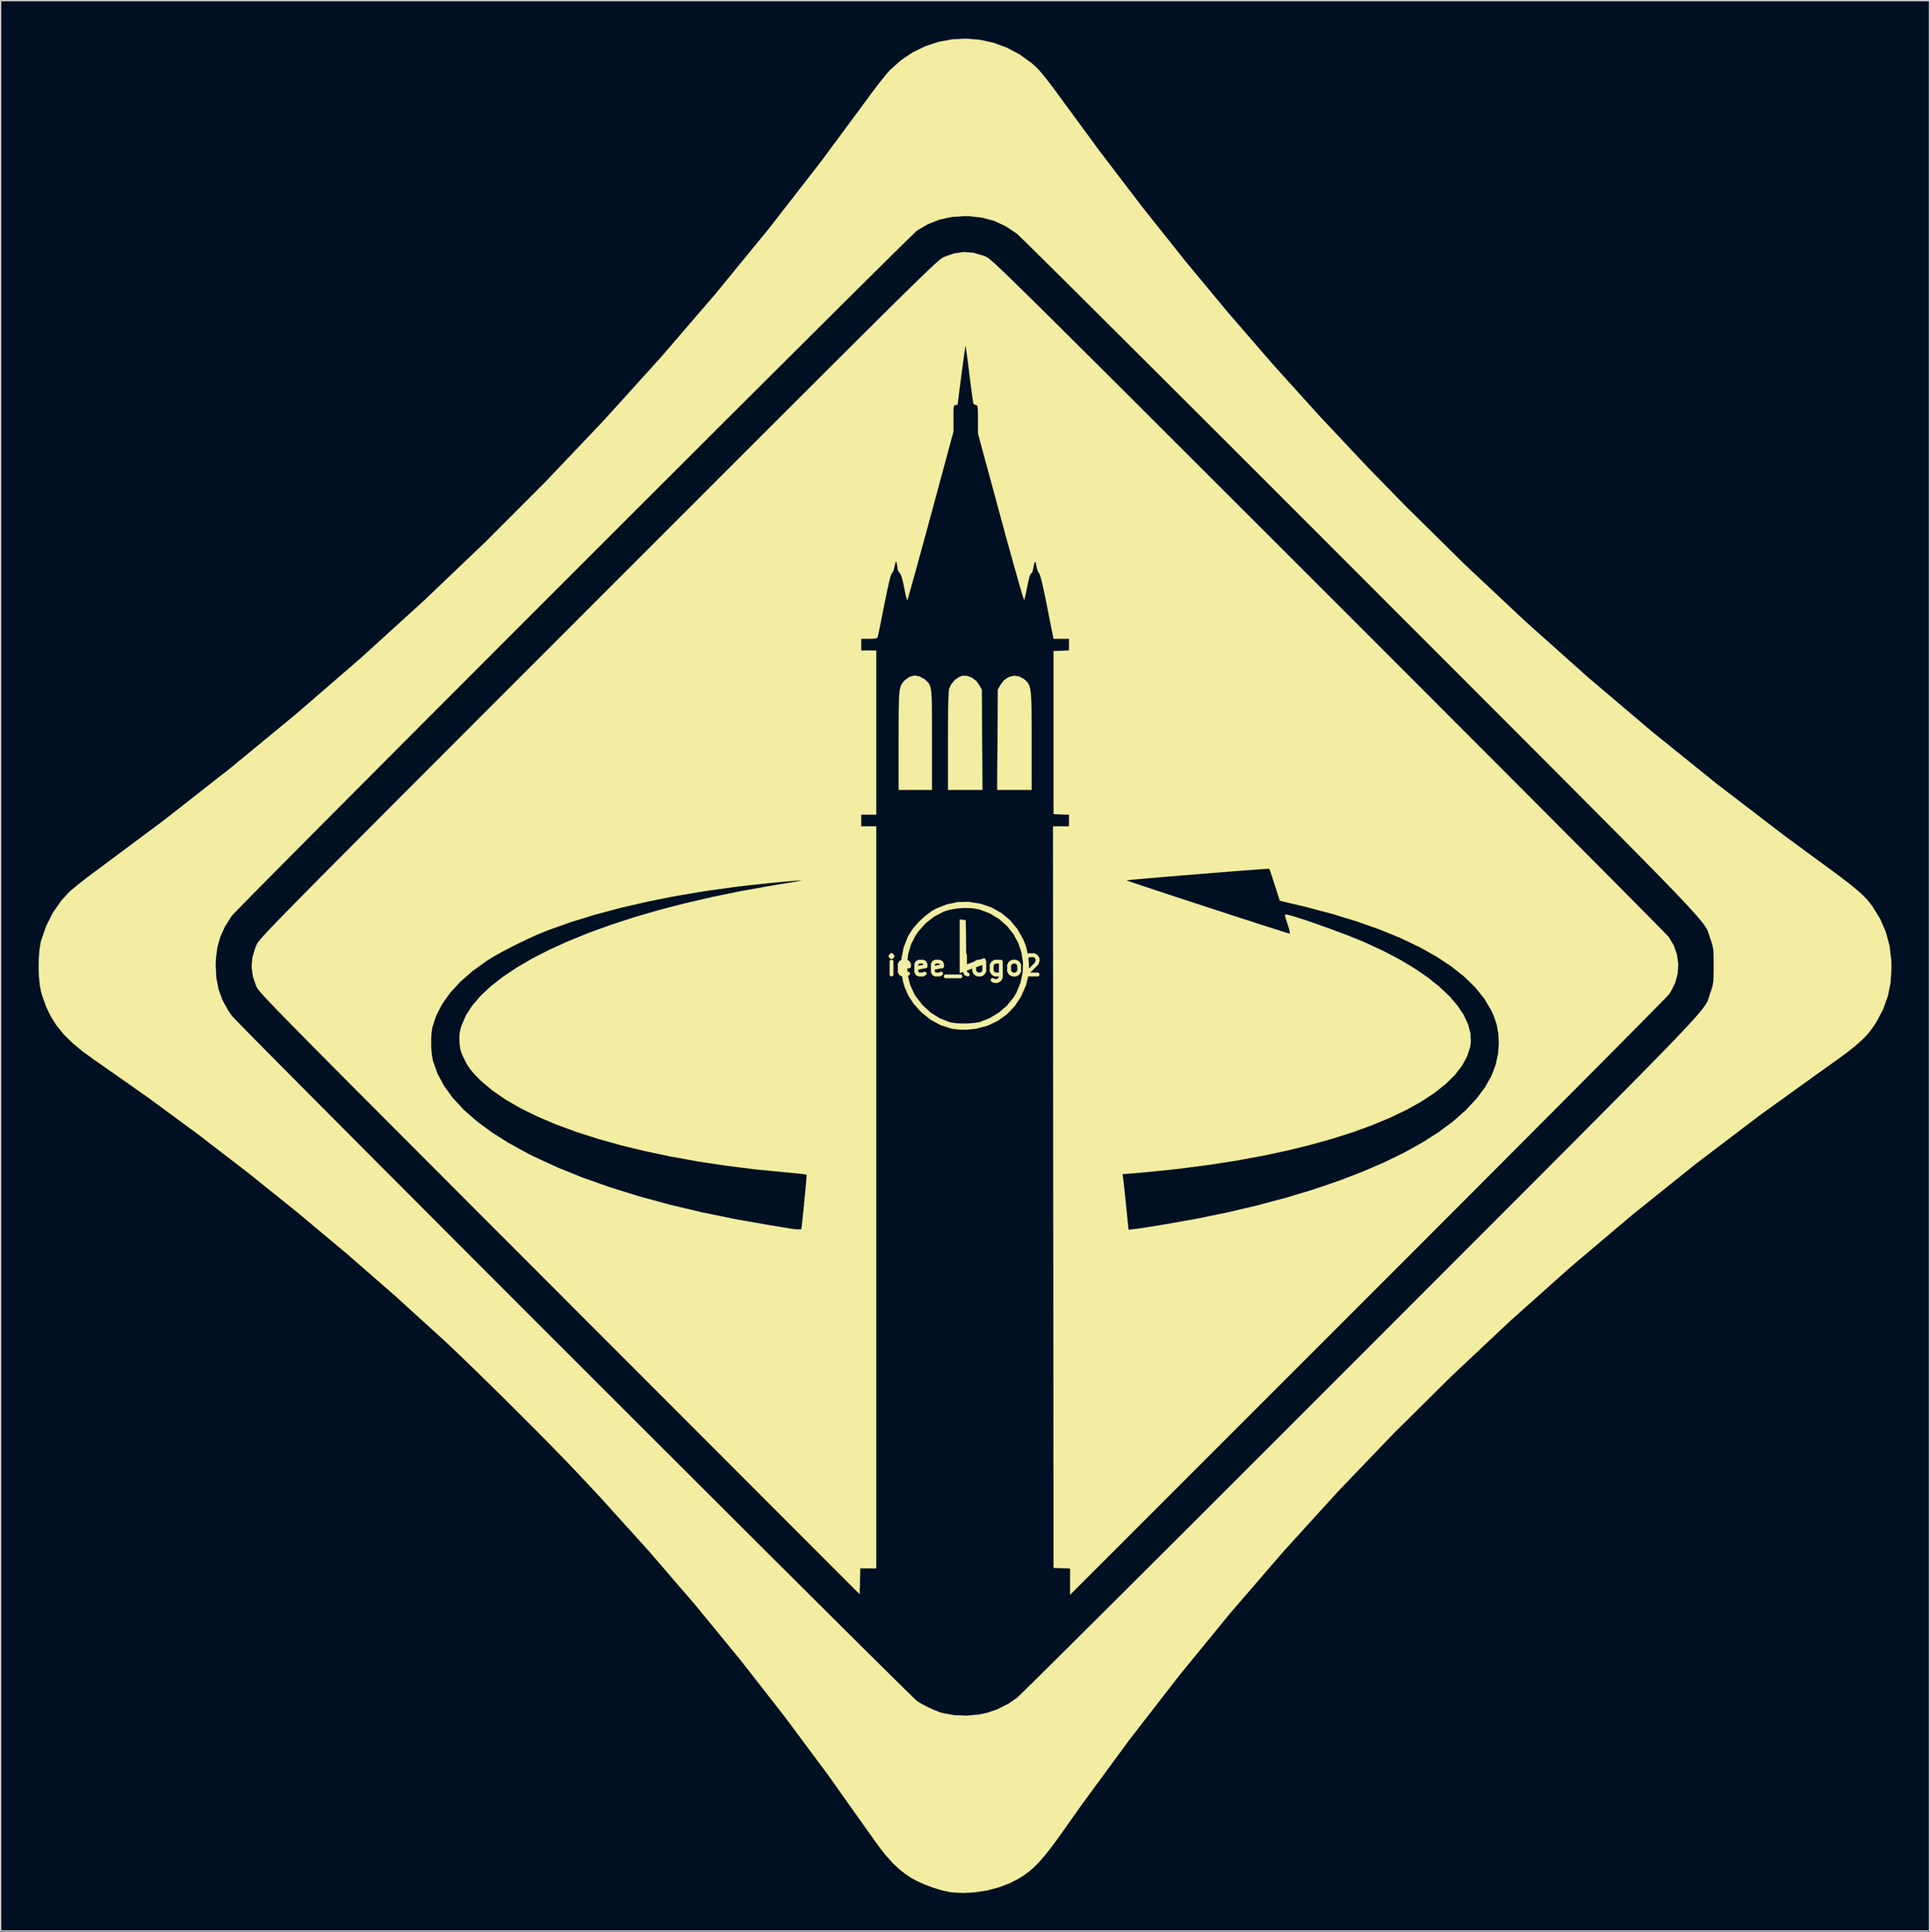
<source format=kicad_pcb>
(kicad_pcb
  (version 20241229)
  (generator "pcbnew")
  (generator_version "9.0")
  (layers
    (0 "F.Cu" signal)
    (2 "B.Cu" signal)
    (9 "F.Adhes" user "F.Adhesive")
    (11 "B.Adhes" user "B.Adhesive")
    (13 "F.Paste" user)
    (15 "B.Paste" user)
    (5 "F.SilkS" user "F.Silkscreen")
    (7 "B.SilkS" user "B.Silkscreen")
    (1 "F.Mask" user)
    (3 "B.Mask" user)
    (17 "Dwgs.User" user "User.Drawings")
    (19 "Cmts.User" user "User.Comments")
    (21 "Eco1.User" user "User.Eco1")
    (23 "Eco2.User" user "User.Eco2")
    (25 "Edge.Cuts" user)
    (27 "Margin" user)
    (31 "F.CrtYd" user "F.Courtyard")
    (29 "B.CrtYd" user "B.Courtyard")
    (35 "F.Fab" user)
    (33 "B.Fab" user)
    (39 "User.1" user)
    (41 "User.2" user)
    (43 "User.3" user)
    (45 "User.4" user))
  (footprint "ieee_logo2"
    (layer "F.Cu")
    (at 73.116 73.213)
    (property "Reference" "ieee_logo2" (at 0 0 0) (layer "F.SilkS") (effects (font (size 1.524 1.524) (thickness 0.3))))
    (attr through_hole)
    (fp_poly (pts (xy -0.106 -3.625) (xy 0.127 -3.598) (xy 0.15 -1.844) (xy 0.173 -0.09) (xy 0.854 -0.341) (xy 1.171 -0.456) (xy 1.427 -0.543) (xy 1.582 -0.589) (xy 1.605 -0.593) (xy 1.669 -0.524) (xy 1.732 -0.376) (xy 1.759 -0.237) (xy 1.749 -0.196) (xy 1.665 -0.161) (xy 1.453 -0.08) (xy 1.142 0.036) (xy 0.763 0.174) (xy 0.694 0.199) (xy -0.339 0.572) (xy -0.339 -3.652) (xy -0.106 -3.625)) (stroke (width 0.01) (type solid)) (fill yes) (layer "F.SilkS"))
    (fp_poly (pts (xy 0.254 -22.887) (xy 0.642 -22.736) (xy 0.982 -22.463) (xy 1.185 -22.183) (xy 1.397 -21.802) (xy 1.422 -17.843) (xy 1.447 -13.885) (xy -1.27 -13.885) (xy -1.27 -17.716) (xy -1.267 -18.808) (xy -1.26 -19.737) (xy -1.249 -20.504) (xy -1.233 -21.107) (xy -1.213 -21.544) (xy -1.189 -21.814) (xy -1.176 -21.884) (xy -1.01 -22.237) (xy -0.74 -22.555) (xy -0.416 -22.793) (xy -0.14 -22.895) (xy 0.254 -22.887)) (stroke (width 0.01) (type solid)) (fill yes) (layer "F.SilkS"))
    (fp_poly (pts (xy 4.322 -22.853) (xy 4.706 -22.658) (xy 4.786 -22.592) (xy 4.908 -22.481) (xy 5.01 -22.368) (xy 5.095 -22.238) (xy 5.163 -22.077) (xy 5.217 -21.87) (xy 5.258 -21.6) (xy 5.288 -21.253) (xy 5.309 -20.815) (xy 5.323 -20.269) (xy 5.33 -19.6) (xy 5.333 -18.795) (xy 5.334 -17.836) (xy 5.334 -17.723) (xy 5.334 -13.885) (xy 2.617 -13.885) (xy 2.642 -17.843) (xy 2.667 -21.802) (xy 2.879 -22.183) (xy 3.165 -22.555) (xy 3.522 -22.795) (xy 3.917 -22.896) (xy 4.322 -22.853)) (stroke (width 0.01) (type solid)) (fill yes) (layer "F.SilkS"))
    (fp_poly (pts (xy -3.536 -22.857) (xy -3.143 -22.638) (xy -3.071 -22.578) (xy -2.952 -22.472) (xy -2.853 -22.372) (xy -2.77 -22.262) (xy -2.704 -22.127) (xy -2.652 -21.952) (xy -2.612 -21.721) (xy -2.583 -21.42) (xy -2.563 -21.034) (xy -2.55 -20.546) (xy -2.544 -19.942) (xy -2.541 -19.207) (xy -2.54 -18.325) (xy -2.54 -13.885) (xy -5.165 -13.885) (xy -5.165 -17.783) (xy -5.164 -18.74) (xy -5.162 -19.544) (xy -5.157 -20.209) (xy -5.147 -20.751) (xy -5.131 -21.185) (xy -5.107 -21.527) (xy -5.073 -21.793) (xy -5.029 -21.997) (xy -4.972 -22.156) (xy -4.9 -22.284) (xy -4.813 -22.398) (xy -4.708 -22.512) (xy -4.681 -22.541) (xy -4.325 -22.808) (xy -3.937 -22.914) (xy -3.536 -22.857)) (stroke (width 0.01) (type solid)) (fill yes) (layer "F.SilkS"))
    (fp_poly (pts (xy 1.285 -4.901) (xy 2.154 -4.605) (xy 2.937 -4.169) (xy 3.622 -3.6) (xy 4.201 -2.907) (xy 4.662 -2.097) (xy 4.882 -1.548) (xy 5.069 -0.77) (xy 5.125 0.059) (xy 5.05 0.884) (xy 4.882 1.548) (xy 4.498 2.425) (xy 3.992 3.189) (xy 3.375 3.833) (xy 2.655 4.349) (xy 1.845 4.728) (xy 0.953 4.965) (xy 0.254 5.042) (xy -0.378 5.039) (xy -0.945 4.969) (xy -1.016 4.954) (xy -1.865 4.679) (xy -2.644 4.255) (xy -3.362 3.674) (xy -3.474 3.564) (xy -4.007 2.96) (xy -4.404 2.346) (xy -4.694 1.673) (xy -4.828 1.22) (xy -4.969 0.332) (xy -4.959 -0.099) (xy -4.515 -0.099) (xy -4.461 0.721) (xy -4.265 1.515) (xy -3.926 2.253) (xy -3.823 2.419) (xy -3.279 3.117) (xy -2.642 3.698) (xy -1.933 4.145) (xy -1.174 4.444) (xy -1.018 4.484) (xy -0.65 4.539) (xy -0.184 4.562) (xy 0.319 4.556) (xy 0.796 4.521) (xy 1.186 4.459) (xy 1.276 4.435) (xy 2.046 4.128) (xy 2.761 3.691) (xy 3.391 3.148) (xy 3.904 2.523) (xy 4.127 2.152) (xy 4.459 1.35) (xy 4.633 0.534) (xy 4.655 -0.279) (xy 4.533 -1.073) (xy 4.274 -1.829) (xy 3.887 -2.531) (xy 3.378 -3.162) (xy 2.755 -3.705) (xy 2.025 -4.142) (xy 1.23 -4.448) (xy 0.719 -4.543) (xy 0.117 -4.571) (xy -0.511 -4.537) (xy -1.103 -4.442) (xy -1.581 -4.297) (xy -2.369 -3.889) (xy -3.049 -3.357) (xy -3.637 -2.688) (xy -3.823 -2.419) (xy -4.196 -1.698) (xy -4.427 -0.915) (xy -4.515 -0.099) (xy -4.959 -0.099) (xy -4.948 -0.568) (xy -4.768 -1.457) (xy -4.431 -2.31) (xy -4.386 -2.397) (xy -4.052 -2.914) (xy -3.603 -3.437) (xy -3.086 -3.921) (xy -2.546 -4.322) (xy -2.201 -4.517) (xy -1.355 -4.85) (xy -0.5 -5.029) (xy 0.339 -5.05) (xy 1.285 -4.901)) (stroke (width 0.01) (type solid)) (fill yes) (layer "F.SilkS"))
    (fp_poly (pts (xy 1.253 -73.117) (xy 2.328 -72.881) (xy 3.371 -72.499) (xy 4.369 -71.972) (xy 5.306 -71.299) (xy 5.695 -70.957) (xy 5.908 -70.733) (xy 6.197 -70.396) (xy 6.538 -69.973) (xy 6.911 -69.489) (xy 7.295 -68.973) (xy 7.404 -68.823) (xy 10.732 -64.29) (xy 14.084 -59.904) (xy 17.476 -55.645) (xy 20.928 -51.489) (xy 24.459 -47.414) (xy 28.085 -43.401) (xy 31.827 -39.425) (xy 34.798 -36.376) (xy 39.525 -31.713) (xy 44.351 -27.184) (xy 49.282 -22.783) (xy 54.325 -18.506) (xy 59.485 -14.347) (xy 64.769 -10.301) (xy 67.776 -8.089) (xy 68.583 -7.5) (xy 69.264 -6.994) (xy 69.834 -6.557) (xy 70.308 -6.178) (xy 70.7 -5.844) (xy 71.025 -5.543) (xy 71.298 -5.262) (xy 71.533 -4.989) (xy 71.744 -4.71) (xy 71.752 -4.699) (xy 72.362 -3.713) (xy 72.813 -2.675) (xy 73.109 -1.577) (xy 73.251 -0.413) (xy 73.265 0.212) (xy 73.189 1.343) (xy 72.976 2.395) (xy 72.617 3.397) (xy 72.103 4.381) (xy 71.934 4.65) (xy 71.687 5.008) (xy 71.415 5.35) (xy 71.101 5.69) (xy 70.73 6.043) (xy 70.284 6.423) (xy 69.749 6.843) (xy 69.107 7.319) (xy 68.343 7.864) (xy 68.057 8.065) (xy 62.868 11.794) (xy 57.779 15.66) (xy 52.793 19.659) (xy 47.912 23.787) (xy 43.141 28.042) (xy 38.483 32.42) (xy 33.939 36.919) (xy 29.515 41.534) (xy 25.211 46.264) (xy 21.033 51.105) (xy 16.982 56.054) (xy 13.063 61.107) (xy 9.277 66.262) (xy 7.997 68.072) (xy 7.392 68.924) (xy 6.857 69.645) (xy 6.375 70.252) (xy 5.932 70.761) (xy 5.512 71.186) (xy 5.098 71.545) (xy 4.674 71.852) (xy 4.225 72.124) (xy 3.734 72.376) (xy 3.576 72.451) (xy 2.741 72.77) (xy 1.818 73.009) (xy 0.859 73.159) (xy -0.085 73.213) (xy -0.963 73.162) (xy -1.101 73.143) (xy -1.725 73.01) (xy -2.418 72.802) (xy -3.116 72.542) (xy -3.755 72.252) (xy -4.165 72.026) (xy -4.684 71.678) (xy -5.173 71.287) (xy -5.65 70.832) (xy -6.136 70.293) (xy -6.649 69.648) (xy -7.211 68.876) (xy -7.377 68.639) (xy -10.743 63.894) (xy -14.166 59.294) (xy -17.662 54.821) (xy -21.246 50.454) (xy -24.934 46.176) (xy -28.741 41.967) (xy -30.738 39.836) (xy -31.387 39.158) (xy -32.133 38.389) (xy -32.958 37.548) (xy -33.843 36.654) (xy -34.77 35.725) (xy -35.719 34.779) (xy -36.672 33.835) (xy -37.611 32.912) (xy -38.516 32.028) (xy -39.368 31.202) (xy -40.151 30.452) (xy -40.843 29.796) (xy -41.142 29.518) (xy -44.892 26.11) (xy -48.721 22.771) (xy -52.609 19.518) (xy -56.537 16.365) (xy -60.485 13.329) (xy -64.433 10.424) (xy -68.363 7.668) (xy -68.622 7.491) (xy -69.597 6.788) (xy -70.423 6.106) (xy -71.114 5.424) (xy -71.686 4.724) (xy -72.154 3.987) (xy -72.533 3.194) (xy -72.838 2.324) (xy -72.912 2.067) (xy -73.017 1.541) (xy -73.083 0.902) (xy -73.111 0.2) (xy -73.108 0) (xy -59.131 0) (xy -59.076 0.98) (xy -58.902 1.866) (xy -58.598 2.699) (xy -58.151 3.517) (xy -57.866 3.937) (xy -57.78 4.034) (xy -57.579 4.245) (xy -57.267 4.566) (xy -56.849 4.992) (xy -56.331 5.519) (xy -55.716 6.142) (xy -55.009 6.857) (xy -54.215 7.658) (xy -53.338 8.541) (xy -52.384 9.502) (xy -51.357 10.535) (xy -50.26 11.636) (xy -49.101 12.801) (xy -47.881 14.025) (xy -46.608 15.303) (xy -45.284 16.63) (xy -43.915 18.002) (xy -42.506 19.414) (xy -41.061 20.861) (xy -39.584 22.34) (xy -38.081 23.844) (xy -36.556 25.37) (xy -35.014 26.913) (xy -33.459 28.468) (xy -31.896 30.031) (xy -30.329 31.597) (xy -28.764 33.161) (xy -27.205 34.718) (xy -25.657 36.265) (xy -24.124 37.795) (xy -22.611 39.305) (xy -21.123 40.791) (xy -19.664 42.246) (xy -18.238 43.668) (xy -16.852 45.05) (xy -15.509 46.388) (xy -14.213 47.679) (xy -12.971 48.916) (xy -11.785 50.095) (xy -10.661 51.213) (xy -9.604 52.263) (xy -8.618 53.242) (xy -7.708 54.145) (xy -6.879 54.966) (xy -6.135 55.703) (xy -5.48 56.349) (xy -4.92 56.9) (xy -4.459 57.351) (xy -4.102 57.699) (xy -3.854 57.937) (xy -3.719 58.062) (xy -3.698 58.079) (xy -3.31 58.312) (xy -2.843 58.553) (xy -2.357 58.774) (xy -1.914 58.946) (xy -1.703 59.011) (xy -0.79 59.178) (xy 0.182 59.217) (xy 1.164 59.129) (xy 1.778 59.004) (xy 2.626 58.717) (xy 3.465 58.294) (xy 4.149 57.835) (xy 4.245 57.747) (xy 4.457 57.544) (xy 4.781 57.228) (xy 5.213 56.804) (xy 5.749 56.276) (xy 6.384 55.648) (xy 7.117 54.923) (xy 7.941 54.105) (xy 8.854 53.198) (xy 9.851 52.207) (xy 10.929 51.135) (xy 12.084 49.986) (xy 13.311 48.763) (xy 14.608 47.471) (xy 15.969 46.114) (xy 17.391 44.695) (xy 18.871 43.219) (xy 20.404 41.689) (xy 21.986 40.108) (xy 23.614 38.482) (xy 25.283 36.814) (xy 26.99 35.108) (xy 28.73 33.367) (xy 30.501 31.596) (xy 31.294 30.803) (xy 33.444 28.652) (xy 35.477 26.617) (xy 37.398 24.695) (xy 39.209 22.883) (xy 40.914 21.178) (xy 42.515 19.575) (xy 44.017 18.072) (xy 45.422 16.665) (xy 46.733 15.351) (xy 47.955 14.126) (xy 49.089 12.987) (xy 50.141 11.931) (xy 51.112 10.953) (xy 52.006 10.052) (xy 52.826 9.223) (xy 53.576 8.463) (xy 54.259 7.768) (xy 54.878 7.136) (xy 55.436 6.563) (xy 55.938 6.044) (xy 56.385 5.578) (xy 56.781 5.161) (xy 57.13 4.788) (xy 57.435 4.458) (xy 57.699 4.166) (xy 57.925 3.908) (xy 58.117 3.683) (xy 58.278 3.486) (xy 58.411 3.313) (xy 58.52 3.162) (xy 58.607 3.029) (xy 58.677 2.911) (xy 58.732 2.803) (xy 58.775 2.704) (xy 58.81 2.609) (xy 58.841 2.515) (xy 58.869 2.419) (xy 58.9 2.317) (xy 58.936 2.206) (xy 58.961 2.133) (xy 59.059 1.852) (xy 59.129 1.618) (xy 59.176 1.393) (xy 59.204 1.139) (xy 59.219 0.819) (xy 59.224 0.394) (xy 59.224 0) (xy 59.223 -0.524) (xy 59.216 -0.916) (xy 59.198 -1.214) (xy 59.165 -1.456) (xy 59.112 -1.68) (xy 59.035 -1.923) (xy 58.961 -2.133) (xy 58.921 -2.251) (xy 58.888 -2.358) (xy 58.858 -2.458) (xy 58.829 -2.552) (xy 58.797 -2.646) (xy 58.759 -2.743) (xy 58.712 -2.845) (xy 58.651 -2.956) (xy 58.575 -3.08) (xy 58.48 -3.219) (xy 58.362 -3.378) (xy 58.218 -3.56) (xy 58.046 -3.768) (xy 57.84 -4.006) (xy 57.6 -4.276) (xy 57.32 -4.583) (xy 56.998 -4.93) (xy 56.631 -5.32) (xy 56.215 -5.756) (xy 55.747 -6.242) (xy 55.223 -6.782) (xy 54.641 -7.378) (xy 53.998 -8.035) (xy 53.289 -8.754) (xy 52.511 -9.541) (xy 51.662 -10.399) (xy 50.738 -11.329) (xy 49.736 -12.337) (xy 48.652 -13.426) (xy 47.484 -14.598) (xy 46.227 -15.858) (xy 44.879 -17.208) (xy 43.437 -18.653) (xy 41.896 -20.195) (xy 40.254 -21.838) (xy 38.508 -23.585) (xy 36.654 -25.439) (xy 34.689 -27.405) (xy 32.61 -29.485) (xy 31.294 -30.803) (xy 29.511 -32.586) (xy 27.757 -34.341) (xy 26.035 -36.063) (xy 24.348 -37.748) (xy 22.702 -39.394) (xy 21.099 -40.995) (xy 19.544 -42.547) (xy 18.04 -44.048) (xy 16.592 -45.493) (xy 15.203 -46.878) (xy 13.877 -48.199) (xy 12.619 -49.453) (xy 11.431 -50.635) (xy 10.319 -51.742) (xy 9.285 -52.77) (xy 8.335 -53.714) (xy 7.471 -54.572) (xy 6.697 -55.338) (xy 6.018 -56.01) (xy 5.437 -56.583) (xy 4.959 -57.053) (xy 4.587 -57.418) (xy 4.325 -57.671) (xy 4.177 -57.811) (xy 4.149 -57.835) (xy 3.284 -58.406) (xy 2.386 -58.819) (xy 1.434 -59.079) (xy 0.408 -59.195) (xy 0.085 -59.202) (xy -0.962 -59.137) (xy -1.932 -58.928) (xy -2.85 -58.568) (xy -3.698 -58.079) (xy -3.789 -57.998) (xy -3.995 -57.802) (xy -4.311 -57.496) (xy -4.733 -57.083) (xy -5.256 -56.569) (xy -5.875 -55.959) (xy -6.586 -55.257) (xy -7.383 -54.467) (xy -8.263 -53.594) (xy -9.221 -52.644) (xy -10.251 -51.62) (xy -11.35 -50.528) (xy -12.513 -49.371) (xy -13.734 -48.155) (xy -15.01 -46.885) (xy -16.336 -45.564) (xy -17.707 -44.198) (xy -19.118 -42.791) (xy -20.564 -41.348) (xy -22.042 -39.873) (xy -23.546 -38.372) (xy -25.072 -36.848) (xy -26.615 -35.308) (xy -28.171 -33.754) (xy -29.734 -32.192) (xy -31.3 -30.626) (xy -32.865 -29.062) (xy -34.424 -27.503) (xy -35.971 -25.955) (xy -37.504 -24.422) (xy -39.016 -22.909) (xy -40.503 -21.42) (xy -41.961 -19.96) (xy -43.384 -18.534) (xy -44.769 -17.146) (xy -46.11 -15.801) (xy -47.403 -14.504) (xy -48.644 -13.26) (xy -49.827 -12.072) (xy -50.948 -10.946) (xy -52.002 -9.886) (xy -52.985 -8.897) (xy -53.891 -7.984) (xy -54.717 -7.151) (xy -55.458 -6.403) (xy -56.108 -5.745) (xy -56.664 -5.181) (xy -57.12 -4.716) (xy -57.473 -4.354) (xy -57.717 -4.101) (xy -57.847 -3.96) (xy -57.866 -3.937) (xy -58.391 -3.111) (xy -58.766 -2.291) (xy -59.004 -1.437) (xy -59.117 -0.509) (xy -59.131 0) (xy -73.108 0) (xy -73.1 -0.512) (xy -73.051 -1.185) (xy -72.963 -1.767) (xy -72.912 -1.982) (xy -72.515 -3.136) (xy -71.985 -4.189) (xy -71.324 -5.137) (xy -70.776 -5.744) (xy -70.533 -5.967) (xy -70.182 -6.263) (xy -69.754 -6.606) (xy -69.281 -6.972) (xy -68.794 -7.336) (xy -68.697 -7.407) (xy -63.279 -11.44) (xy -57.965 -15.602) (xy -52.759 -19.888) (xy -47.663 -24.295) (xy -42.682 -28.82) (xy -37.819 -33.458) (xy -33.077 -38.207) (xy -28.461 -43.062) (xy -23.973 -48.021) (xy -19.617 -53.08) (xy -15.397 -58.235) (xy -11.316 -63.483) (xy -7.794 -68.241) (xy -7.402 -68.777) (xy -7.009 -69.299) (xy -6.636 -69.783) (xy -6.304 -70.201) (xy -6.031 -70.53) (xy -5.855 -70.725) (xy -4.99 -71.498) (xy -4.05 -72.128) (xy -3.049 -72.614) (xy -2.004 -72.956) (xy -0.928 -73.155) (xy 0.163 -73.208) (xy 1.253 -73.117)) (stroke (width 0.01) (type solid)) (fill yes) (layer "F.SilkS"))
    (fp_poly (pts (xy 0.75 -56.298) (xy 1.522 -56.071) (xy 1.802 -55.946) (xy 1.852 -55.918) (xy 1.916 -55.874) (xy 1.998 -55.811) (xy 2.101 -55.727) (xy 2.228 -55.616) (xy 2.383 -55.478) (xy 2.57 -55.307) (xy 2.79 -55.101) (xy 3.048 -54.856) (xy 3.347 -54.57) (xy 3.69 -54.238) (xy 4.08 -53.859) (xy 4.521 -53.427) (xy 5.017 -52.941) (xy 5.569 -52.397) (xy 6.183 -51.791) (xy 6.86 -51.121) (xy 7.605 -50.383) (xy 8.42 -49.574) (xy 9.31 -48.69) (xy 10.276 -47.728) (xy 11.323 -46.686) (xy 12.454 -45.559) (xy 13.672 -44.345) (xy 14.98 -43.04) (xy 16.382 -41.641) (xy 17.881 -40.145) (xy 19.48 -38.548) (xy 21.183 -36.847) (xy 22.993 -35.039) (xy 24.913 -33.121) (xy 26.947 -31.089) (xy 28.817 -29.22) (xy 30.596 -27.443) (xy 32.345 -25.693) (xy 34.062 -23.976) (xy 35.742 -22.296) (xy 37.382 -20.655) (xy 38.977 -19.058) (xy 40.524 -17.51) (xy 42.018 -16.013) (xy 43.457 -14.571) (xy 44.835 -13.19) (xy 46.149 -11.871) (xy 47.396 -10.62) (xy 48.571 -9.441) (xy 49.67 -8.337) (xy 50.69 -7.311) (xy 51.627 -6.369) (xy 52.476 -5.514) (xy 53.234 -4.749) (xy 53.897 -4.079) (xy 54.461 -3.508) (xy 54.923 -3.039) (xy 55.278 -2.677) (xy 55.522 -2.425) (xy 55.652 -2.287) (xy 55.67 -2.265) (xy 56.07 -1.597) (xy 56.32 -0.875) (xy 56.42 -0.124) (xy 56.369 0.631) (xy 56.169 1.365) (xy 55.818 2.053) (xy 55.67 2.265) (xy 55.585 2.359) (xy 55.384 2.569) (xy 55.071 2.89) (xy 54.651 3.318) (xy 54.127 3.849) (xy 53.505 4.479) (xy 52.787 5.203) (xy 51.979 6.019) (xy 51.084 6.92) (xy 50.106 7.904) (xy 49.05 8.966) (xy 47.919 10.102) (xy 46.719 11.307) (xy 45.452 12.579) (xy 44.124 13.911) (xy 42.737 15.301) (xy 41.297 16.744) (xy 39.808 18.236) (xy 38.273 19.773) (xy 36.697 21.35) (xy 35.084 22.964) (xy 33.438 24.61) (xy 31.844 26.204) (xy 8.382 49.657) (xy 8.382 47.59) (xy 7.726 47.565) (xy 7.07 47.54) (xy 7.048 18.267) (xy 7.047 16.449) (xy 12.513 16.449) (xy 12.557 16.754) (xy 12.579 16.927) (xy 12.614 17.239) (xy 12.66 17.661) (xy 12.714 18.164) (xy 12.771 18.719) (xy 12.795 18.953) (xy 12.988 20.846) (xy 13.5 20.789) (xy 13.73 20.759) (xy 14.096 20.705) (xy 14.567 20.633) (xy 15.113 20.546) (xy 15.701 20.451) (xy 16.044 20.394) (xy 18.537 19.947) (xy 20.941 19.449) (xy 23.25 18.904) (xy 25.457 18.313) (xy 27.556 17.681) (xy 29.539 17.008) (xy 31.401 16.298) (xy 33.135 15.553) (xy 34.734 14.776) (xy 36.191 13.969) (xy 37.5 13.135) (xy 38.655 12.276) (xy 39.648 11.395) (xy 39.668 11.375) (xy 40.494 10.486) (xy 41.156 9.602) (xy 41.657 8.715) (xy 42.003 7.816) (xy 42.198 6.897) (xy 42.247 6.104) (xy 42.208 5.326) (xy 42.08 4.633) (xy 41.847 3.954) (xy 41.641 3.503) (xy 41.1 2.594) (xy 40.395 1.714) (xy 39.528 0.865) (xy 38.501 0.049) (xy 37.318 -0.733) (xy 35.98 -1.48) (xy 34.491 -2.19) (xy 32.852 -2.862) (xy 31.068 -3.495) (xy 29.138 -4.086) (xy 27.068 -4.635) (xy 26.501 -4.772) (xy 24.946 -5.141) (xy 24.547 -6.385) (xy 24.408 -6.816) (xy 24.285 -7.187) (xy 24.188 -7.47) (xy 24.127 -7.635) (xy 24.113 -7.665) (xy 24.025 -7.664) (xy 23.786 -7.651) (xy 23.412 -7.625) (xy 22.92 -7.589) (xy 22.326 -7.545) (xy 21.649 -7.493) (xy 20.905 -7.435) (xy 20.11 -7.372) (xy 19.282 -7.306) (xy 18.438 -7.237) (xy 17.594 -7.169) (xy 16.767 -7.101) (xy 15.975 -7.035) (xy 15.235 -6.972) (xy 14.562 -6.915) (xy 13.975 -6.863) (xy 13.49 -6.82) (xy 13.124 -6.785) (xy 12.894 -6.761) (xy 12.817 -6.749) (xy 12.89 -6.719) (xy 13.109 -6.641) (xy 13.461 -6.521) (xy 13.929 -6.364) (xy 14.501 -6.173) (xy 15.16 -5.954) (xy 15.892 -5.713) (xy 16.683 -5.452) (xy 17.518 -5.178) (xy 18.382 -4.895) (xy 19.262 -4.607) (xy 20.141 -4.321) (xy 21.005 -4.039) (xy 21.841 -3.768) (xy 22.632 -3.512) (xy 23.365 -3.275) (xy 24.025 -3.063) (xy 24.597 -2.881) (xy 25.066 -2.732) (xy 25.418 -2.622) (xy 25.639 -2.556) (xy 25.712 -2.538) (xy 25.74 -2.615) (xy 25.697 -2.844) (xy 25.582 -3.222) (xy 25.564 -3.274) (xy 25.459 -3.6) (xy 25.385 -3.86) (xy 25.352 -4.018) (xy 25.354 -4.046) (xy 25.46 -4.047) (xy 25.703 -3.992) (xy 26.066 -3.889) (xy 26.528 -3.745) (xy 27.07 -3.567) (xy 27.672 -3.361) (xy 28.315 -3.134) (xy 28.979 -2.894) (xy 29.646 -2.646) (xy 30.295 -2.398) (xy 30.907 -2.156) (xy 31.463 -1.928) (xy 31.734 -1.812) (xy 33.144 -1.159) (xy 34.437 -0.479) (xy 35.609 0.223) (xy 36.654 0.942) (xy 37.569 1.674) (xy 38.347 2.413) (xy 38.984 3.154) (xy 39.475 3.894) (xy 39.816 4.627) (xy 40.002 5.348) (xy 40.027 6.052) (xy 39.973 6.425) (xy 39.726 7.177) (xy 39.317 7.917) (xy 38.748 8.642) (xy 38.027 9.349) (xy 37.158 10.037) (xy 36.146 10.704) (xy 34.997 11.347) (xy 33.717 11.964) (xy 32.31 12.554) (xy 30.781 13.113) (xy 29.137 13.64) (xy 27.382 14.133) (xy 25.522 14.589) (xy 23.561 15.006) (xy 21.506 15.383) (xy 19.362 15.716) (xy 17.134 16.004) (xy 16.087 16.121) (xy 15.468 16.185) (xy 14.854 16.247) (xy 14.282 16.302) (xy 13.789 16.348) (xy 13.413 16.381) (xy 13.305 16.39) (xy 12.513 16.449) (xy 7.047 16.449) (xy 7.027 -11.007) (xy 7.662 -11.007) (xy 8.297 -11.007) (xy 8.297 -11.931) (xy 7.684 -11.955) (xy 7.07 -11.98) (xy 7.07 -24.85) (xy 7.684 -24.875) (xy 8.297 -24.899) (xy 8.297 -25.823) (xy 7.066 -25.823) (xy 6.568 -28.342) (xy 6.407 -29.145) (xy 6.27 -29.79) (xy 6.157 -30.289) (xy 6.063 -30.65) (xy 5.988 -30.883) (xy 5.928 -30.999) (xy 5.922 -31.004) (xy 5.826 -31.169) (xy 5.744 -31.43) (xy 5.714 -31.59) (xy 5.665 -31.839) (xy 5.612 -31.919) (xy 5.555 -31.831) (xy 5.496 -31.578) (xy 5.466 -31.39) (xy 5.407 -31.131) (xy 5.328 -30.999) (xy 5.297 -30.988) (xy 5.227 -30.905) (xy 5.142 -30.656) (xy 5.044 -30.239) (xy 4.994 -29.993) (xy 4.915 -29.596) (xy 4.842 -29.256) (xy 4.784 -29.009) (xy 4.749 -28.895) (xy 4.719 -28.958) (xy 4.648 -29.174) (xy 4.541 -29.528) (xy 4.399 -30.011) (xy 4.227 -30.61) (xy 4.028 -31.312) (xy 3.806 -32.106) (xy 3.563 -32.981) (xy 3.303 -33.924) (xy 3.03 -34.923) (xy 2.897 -35.414) (xy 1.098 -42.037) (xy 1.099 -43.159) (xy 1.098 -43.614) (xy 1.092 -43.926) (xy 1.075 -44.122) (xy 1.045 -44.228) (xy 0.998 -44.273) (xy 0.937 -44.281) (xy 0.782 -44.347) (xy 0.731 -44.429) (xy 0.71 -44.55) (xy 0.671 -44.816) (xy 0.619 -45.202) (xy 0.555 -45.684) (xy 0.484 -46.239) (xy 0.414 -46.798) (xy 0.339 -47.387) (xy 0.271 -47.916) (xy 0.21 -48.362) (xy 0.162 -48.705) (xy 0.127 -48.921) (xy 0.111 -48.992) (xy 0.095 -48.906) (xy 0.061 -48.679) (xy 0.012 -48.337) (xy -0.047 -47.905) (xy -0.115 -47.411) (xy -0.186 -46.88) (xy -0.258 -46.338) (xy -0.327 -45.812) (xy -0.389 -45.329) (xy -0.442 -44.914) (xy -0.481 -44.594) (xy -0.504 -44.395) (xy -0.508 -44.344) (xy -0.579 -44.293) (xy -0.677 -44.281) (xy -0.748 -44.271) (xy -0.796 -44.224) (xy -0.824 -44.111) (xy -0.839 -43.904) (xy -0.843 -43.576) (xy -0.842 -43.243) (xy -0.838 -42.206) (xy -2.641 -35.539) (xy -2.92 -34.511) (xy -3.187 -33.531) (xy -3.438 -32.612) (xy -3.671 -31.766) (xy -3.881 -31.004) (xy -4.066 -30.339) (xy -4.222 -29.783) (xy -4.346 -29.349) (xy -4.434 -29.047) (xy -4.483 -28.892) (xy -4.492 -28.872) (xy -4.525 -28.95) (xy -4.581 -29.162) (xy -4.651 -29.476) (xy -4.729 -29.861) (xy -4.732 -29.875) (xy -4.837 -30.373) (xy -4.932 -30.721) (xy -5.024 -30.936) (xy -5.087 -31.017) (xy -5.214 -31.205) (xy -5.258 -31.389) (xy -5.289 -31.655) (xy -5.33 -31.835) (xy -5.368 -31.926) (xy -5.406 -31.902) (xy -5.452 -31.744) (xy -5.501 -31.517) (xy -5.575 -31.234) (xy -5.654 -31.045) (xy -5.714 -30.988) (xy -5.764 -30.905) (xy -5.841 -30.657) (xy -5.943 -30.247) (xy -6.07 -29.678) (xy -6.22 -28.951) (xy -6.3 -28.554) (xy -6.425 -27.928) (xy -6.54 -27.352) (xy -6.642 -26.847) (xy -6.727 -26.437) (xy -6.788 -26.142) (xy -6.822 -25.986) (xy -6.826 -25.971) (xy -6.875 -25.894) (xy -6.991 -25.848) (xy -7.208 -25.828) (xy -7.499 -25.823) (xy -8.128 -25.823) (xy -8.128 -24.892) (xy -6.943 -24.892) (xy -6.943 -11.938) (xy -8.128 -11.938) (xy -8.128 -11.007) (xy -6.943 -11.007) (xy -6.943 47.583) (xy -8.207 47.583) (xy -8.231 48.599) (xy -8.255 49.616) (xy -31.969 25.888) (xy -33.976 23.879) (xy -35.867 21.987) (xy -37.645 20.208) (xy -39.314 18.537) (xy -40.877 16.972) (xy -42.338 15.509) (xy -43.7 14.145) (xy -44.967 12.876) (xy -46.143 11.697) (xy -47.229 10.607) (xy -48.232 9.601) (xy -49.153 8.676) (xy -49.996 7.828) (xy -50.765 7.053) (xy -51.463 6.349) (xy -51.982 5.825) (xy -42.109 5.825) (xy -42.103 6.414) (xy -42.059 6.98) (xy -41.978 7.46) (xy -41.96 7.53) (xy -41.604 8.525) (xy -41.081 9.496) (xy -40.391 10.445) (xy -39.534 11.37) (xy -38.509 12.273) (xy -37.317 13.153) (xy -35.958 14.011) (xy -34.43 14.846) (xy -33.994 15.066) (xy -32.137 15.922) (xy -30.125 16.732) (xy -27.969 17.495) (xy -25.678 18.207) (xy -23.261 18.865) (xy -20.728 19.466) (xy -18.088 20.008) (xy -15.409 20.479) (xy -14.9 20.561) (xy -14.437 20.637) (xy -14.05 20.7) (xy -13.77 20.746) (xy -13.631 20.769) (xy -13.419 20.796) (xy -13.181 20.814) (xy -12.976 20.82) (xy -12.867 20.811) (xy -12.862 20.807) (xy -12.842 20.691) (xy -12.81 20.439) (xy -12.768 20.078) (xy -12.721 19.637) (xy -12.67 19.142) (xy -12.618 18.621) (xy -12.568 18.102) (xy -12.523 17.613) (xy -12.484 17.18) (xy -12.456 16.832) (xy -12.44 16.596) (xy -12.439 16.499) (xy -12.439 16.498) (xy -12.535 16.474) (xy -12.773 16.44) (xy -13.127 16.399) (xy -13.569 16.354) (xy -14.075 16.307) (xy -14.139 16.302) (xy -16.511 16.068) (xy -18.811 15.782) (xy -21.032 15.445) (xy -23.167 15.061) (xy -25.208 14.631) (xy -27.149 14.158) (xy -28.981 13.643) (xy -30.699 13.09) (xy -32.293 12.5) (xy -33.758 11.875) (xy -35.086 11.217) (xy -36.269 10.53) (xy -37.3 9.815) (xy -38.172 9.074) (xy -38.322 8.928) (xy -38.693 8.544) (xy -38.97 8.221) (xy -39.189 7.911) (xy -39.384 7.567) (xy -39.457 7.423) (xy -39.639 7.038) (xy -39.754 6.734) (xy -39.819 6.446) (xy -39.854 6.111) (xy -39.861 6.012) (xy -39.871 5.585) (xy -39.837 5.234) (xy -39.748 4.868) (xy -39.705 4.731) (xy -39.368 3.945) (xy -38.867 3.164) (xy -38.208 2.39) (xy -37.395 1.627) (xy -36.435 0.875) (xy -35.333 0.139) (xy -34.094 -0.581) (xy -32.723 -1.281) (xy -31.227 -1.958) (xy -29.61 -2.612) (xy -27.878 -3.238) (xy -26.037 -3.835) (xy -24.091 -4.401) (xy -22.046 -4.932) (xy -19.908 -5.427) (xy -17.682 -5.883) (xy -15.374 -6.297) (xy -14.753 -6.399) (xy -14.201 -6.489) (xy -13.711 -6.572) (xy -13.306 -6.643) (xy -13.009 -6.698) (xy -12.841 -6.734) (xy -12.812 -6.745) (xy -12.906 -6.748) (xy -13.145 -6.735) (xy -13.507 -6.707) (xy -13.971 -6.667) (xy -14.513 -6.617) (xy -15.111 -6.559) (xy -15.743 -6.494) (xy -16.387 -6.426) (xy -17.019 -6.357) (xy -17.619 -6.288) (xy -18.162 -6.223) (xy -18.203 -6.218) (xy -20.557 -5.888) (xy -22.852 -5.499) (xy -25.07 -5.057) (xy -27.195 -4.564) (xy -29.208 -4.025) (xy -31.093 -3.443) (xy -32.833 -2.824) (xy -33.147 -2.702) (xy -33.759 -2.446) (xy -34.444 -2.136) (xy -35.165 -1.791) (xy -35.883 -1.43) (xy -36.56 -1.073) (xy -37.159 -0.737) (xy -37.641 -0.443) (xy -37.677 -0.42) (xy -38.813 0.396) (xy -39.785 1.241) (xy -40.593 2.114) (xy -41.235 3.015) (xy -41.711 3.943) (xy -42.004 4.826) (xy -42.076 5.274) (xy -42.109 5.825) (xy -51.982 5.825) (xy -52.094 5.711) (xy -52.661 5.137) (xy -53.168 4.621) (xy -53.618 4.162) (xy -54.015 3.755) (xy -54.362 3.397) (xy -54.663 3.084) (xy -54.921 2.813) (xy -55.14 2.58) (xy -55.323 2.381) (xy -55.473 2.214) (xy -55.595 2.075) (xy -55.692 1.959) (xy -55.767 1.864) (xy -55.824 1.786) (xy -55.866 1.721) (xy -55.897 1.666) (xy -55.918 1.62) (xy -56.183 0.84) (xy -56.284 0.086) (xy -56.221 -0.662) (xy -55.993 -1.421) (xy -55.884 -1.673) (xy -55.859 -1.722) (xy -55.827 -1.777) (xy -55.784 -1.842) (xy -55.727 -1.92) (xy -55.652 -2.014) (xy -55.557 -2.128) (xy -55.437 -2.264) (xy -55.29 -2.427) (xy -55.112 -2.62) (xy -54.9 -2.845) (xy -54.651 -3.107) (xy -54.362 -3.409) (xy -54.028 -3.753) (xy -53.647 -4.144) (xy -53.216 -4.584) (xy -52.731 -5.078) (xy -52.188 -5.628) (xy -51.586 -6.237) (xy -50.92 -6.909) (xy -50.186 -7.648) (xy -49.383 -8.457) (xy -48.506 -9.338) (xy -47.552 -10.296) (xy -46.518 -11.333) (xy -45.4 -12.453) (xy -44.196 -13.66) (xy -42.901 -14.956) (xy -41.513 -16.346) (xy -40.029 -17.831) (xy -38.444 -19.417) (xy -36.757 -21.105) (xy -34.963 -22.9) (xy -33.058 -24.804) (xy -31.041 -26.821) (xy -28.908 -28.955) (xy -28.889 -28.974) (xy -26.754 -31.109) (xy -24.735 -33.127) (xy -22.829 -35.033) (xy -21.033 -36.828) (xy -19.344 -38.517) (xy -17.757 -40.103) (xy -16.27 -41.589) (xy -14.88 -42.978) (xy -13.582 -44.273) (xy -12.374 -45.479) (xy -11.253 -46.597) (xy -10.215 -47.633) (xy -9.256 -48.587) (xy -8.374 -49.465) (xy -7.564 -50.27) (xy -6.825 -51.004) (xy -6.152 -51.671) (xy -5.542 -52.274) (xy -4.991 -52.817) (xy -4.497 -53.302) (xy -4.057 -53.734) (xy -3.665 -54.115) (xy -3.321 -54.449) (xy -3.019 -54.739) (xy -2.757 -54.988) (xy -2.531 -55.2) (xy -2.339 -55.378) (xy -2.176 -55.525) (xy -2.039 -55.645) (xy -1.926 -55.74) (xy -1.832 -55.814) (xy -1.755 -55.871) (xy -1.691 -55.914) (xy -1.636 -55.945) (xy -1.594 -55.966) (xy -0.81 -56.246) (xy -0.028 -56.357) (xy 0.75 -56.298)) (stroke (width 0.01) (type solid)) (fill yes) (layer "F.SilkS")))
  (gr_rect
    (start -3 -3)
    (end 149.385 149.431)
    (stroke (width 0.1) (type default))
    (fill no)
    (layer "Edge.Cuts")))
</source>
